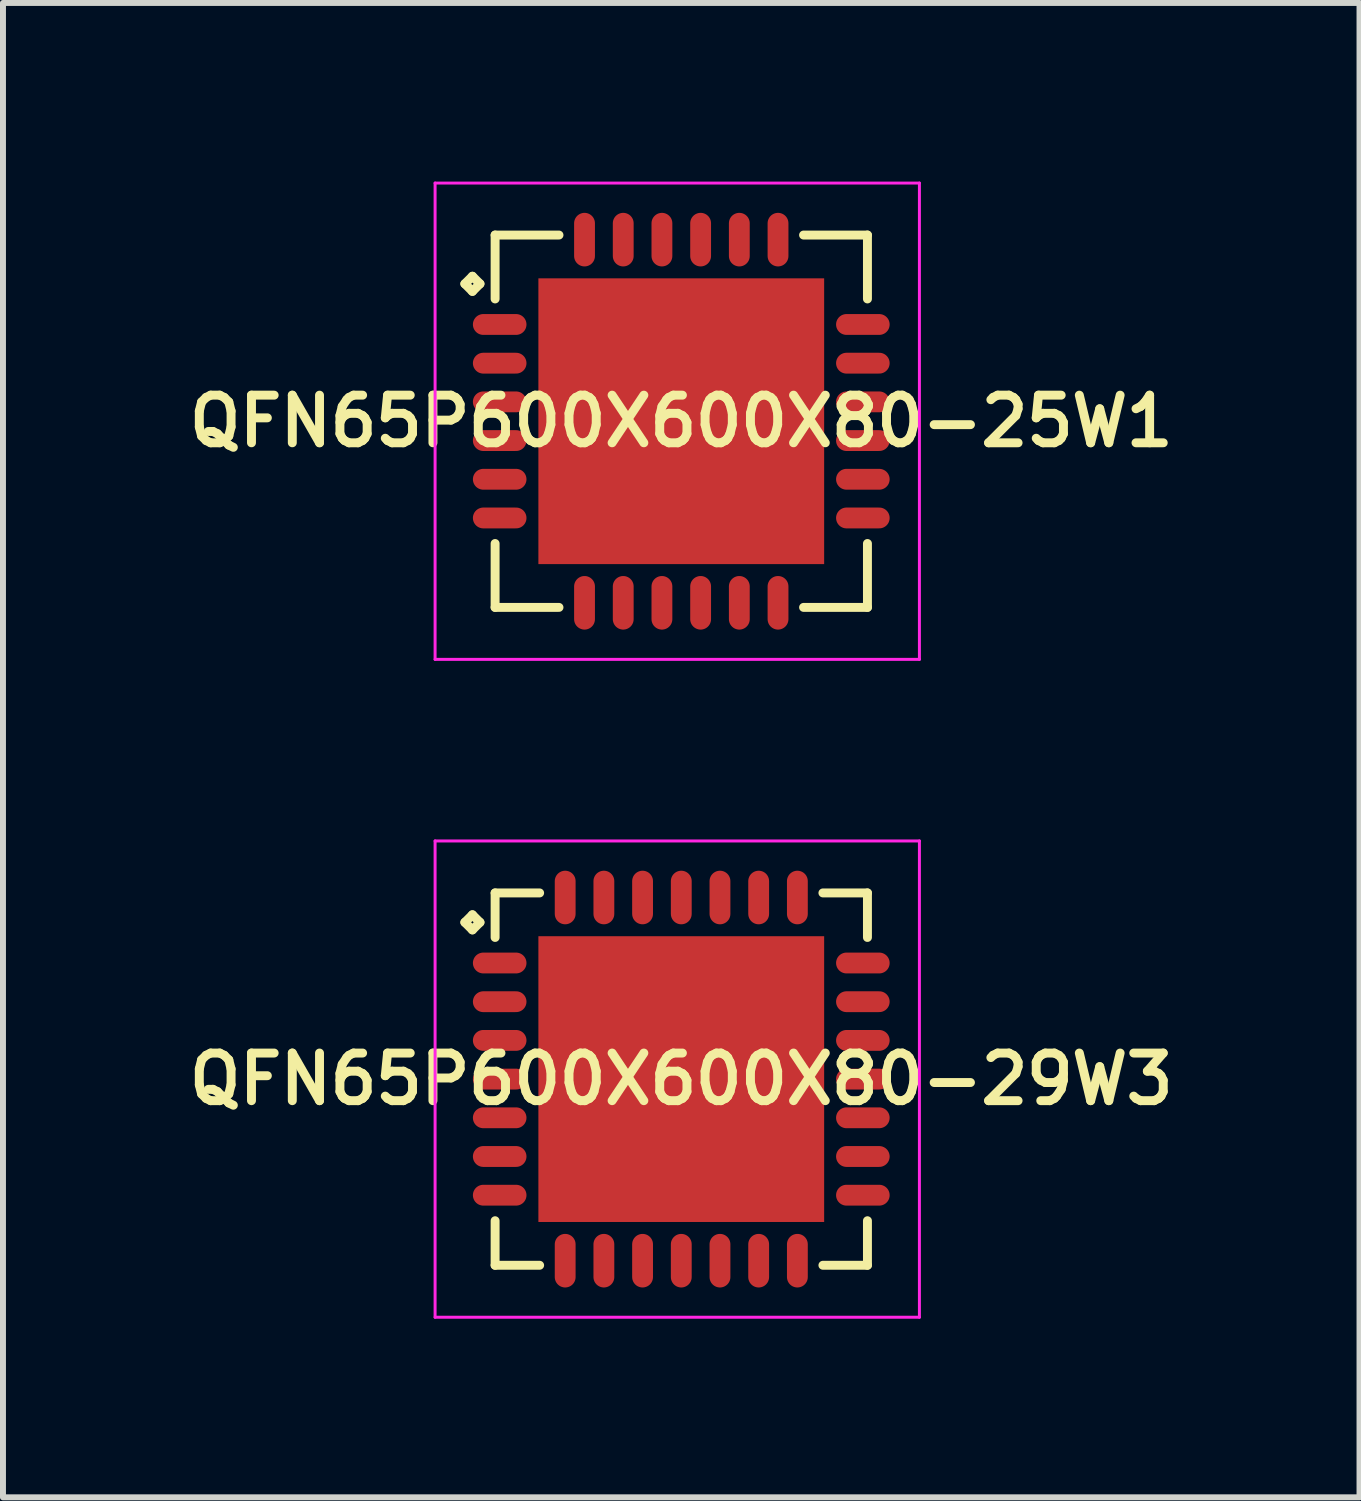
<source format=kicad_pcb>
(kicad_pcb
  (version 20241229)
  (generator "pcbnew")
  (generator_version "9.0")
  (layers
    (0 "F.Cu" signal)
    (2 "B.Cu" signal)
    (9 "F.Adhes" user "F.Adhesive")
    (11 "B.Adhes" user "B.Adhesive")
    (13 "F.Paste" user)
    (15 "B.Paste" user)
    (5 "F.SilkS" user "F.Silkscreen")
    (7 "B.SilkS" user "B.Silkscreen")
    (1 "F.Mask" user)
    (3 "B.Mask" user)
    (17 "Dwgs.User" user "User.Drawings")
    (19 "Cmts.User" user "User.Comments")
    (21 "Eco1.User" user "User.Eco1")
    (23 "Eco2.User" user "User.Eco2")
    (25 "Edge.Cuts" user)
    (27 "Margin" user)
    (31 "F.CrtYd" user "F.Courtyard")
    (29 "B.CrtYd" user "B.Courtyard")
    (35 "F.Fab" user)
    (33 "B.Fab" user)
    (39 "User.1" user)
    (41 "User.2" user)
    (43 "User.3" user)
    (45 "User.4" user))
  (footprint "QFN65P600X600X80-25W1"
    (layer "F.Cu")
    (at 8.393 4.025)
    (property "Reference" "QFN65P600X600X80-25W1" (at 0 0 0) (layer "F.SilkS") (effects (font (size 0.8 0.8) (thickness 0.15))))
    (attr smd)
    (fp_line (start -3.635 -2.308) (end -3.508 -2.435) (stroke (width 0.15) (type solid)) (layer "F.SilkS"))
    (fp_line (start -3.508 -2.435) (end -3.381 -2.308) (stroke (width 0.15) (type solid)) (layer "F.SilkS"))
    (fp_line (start -3.508 -2.181) (end -3.635 -2.308) (stroke (width 0.15) (type solid)) (layer "F.SilkS"))
    (fp_line (start -3.381 -2.308) (end -3.508 -2.181) (stroke (width 0.15) (type solid)) (layer "F.SilkS"))
    (fp_line (start -3.127 -3.127) (end -2.054 -3.127) (stroke (width 0.15) (type solid)) (layer "F.SilkS"))
    (fp_line (start -3.127 -2.054) (end -3.127 -3.127) (stroke (width 0.15) (type solid)) (layer "F.SilkS"))
    (fp_line (start -3.127 2.054) (end -3.127 3.127) (stroke (width 0.15) (type solid)) (layer "F.SilkS"))
    (fp_line (start -3.127 3.127) (end -2.054 3.127) (stroke (width 0.15) (type solid)) (layer "F.SilkS"))
    (fp_line (start 2.054 -3.127) (end 3.127 -3.127) (stroke (width 0.15) (type solid)) (layer "F.SilkS"))
    (fp_line (start 2.054 3.127) (end 3.127 3.127) (stroke (width 0.15) (type solid)) (layer "F.SilkS"))
    (fp_line (start 3.127 -3.127) (end 3.127 -2.054) (stroke (width 0.15) (type solid)) (layer "F.SilkS"))
    (fp_line (start 3.127 3.127) (end 3.127 2.054) (stroke (width 0.15) (type solid)) (layer "F.SilkS"))
    (fp_line (start -4.135 -4) (end 4 -4) (stroke (width 0.05) (type solid)) (layer "F.CrtYd"))
    (fp_line (start -4.135 4) (end -4.135 -4) (stroke (width 0.05) (type solid)) (layer "F.CrtYd"))
    (fp_line (start 4 -4) (end 4 4) (stroke (width 0.05) (type solid)) (layer "F.CrtYd"))
    (fp_line (start 4 4) (end -4.135 4) (stroke (width 0.05) (type solid)) (layer "F.CrtYd"))
    (pad "1" smd oval (at -3.05 -1.625) (size 0.9 0.35) (layers "F.Cu" "F.Mask" "F.Paste"))
    (pad "2" smd oval (at -3.05 -0.975) (size 0.9 0.35) (layers "F.Cu" "F.Mask" "F.Paste"))
    (pad "3" smd oval (at -3.05 -0.325) (size 0.9 0.35) (layers "F.Cu" "F.Mask" "F.Paste"))
    (pad "4" smd oval (at -3.05 0.325) (size 0.9 0.35) (layers "F.Cu" "F.Mask" "F.Paste"))
    (pad "5" smd oval (at -3.05 0.975) (size 0.9 0.35) (layers "F.Cu" "F.Mask" "F.Paste"))
    (pad "6" smd oval (at -3.05 1.625) (size 0.9 0.35) (layers "F.Cu" "F.Mask" "F.Paste"))
    (pad "7" smd oval (at -1.625 3.05) (size 0.35 0.9) (layers "F.Cu" "F.Mask" "F.Paste"))
    (pad "8" smd oval (at -0.975 3.05) (size 0.35 0.9) (layers "F.Cu" "F.Mask" "F.Paste"))
    (pad "9" smd oval (at -0.325 3.05) (size 0.35 0.9) (layers "F.Cu" "F.Mask" "F.Paste"))
    (pad "10" smd oval (at 0.325 3.05) (size 0.35 0.9) (layers "F.Cu" "F.Mask" "F.Paste"))
    (pad "11" smd oval (at 0.975 3.05) (size 0.35 0.9) (layers "F.Cu" "F.Mask" "F.Paste"))
    (pad "12" smd oval (at 1.625 3.05) (size 0.35 0.9) (layers "F.Cu" "F.Mask" "F.Paste"))
    (pad "13" smd oval (at 3.05 1.625) (size 0.9 0.35) (layers "F.Cu" "F.Mask" "F.Paste"))
    (pad "14" smd oval (at 3.05 0.975) (size 0.9 0.35) (layers "F.Cu" "F.Mask" "F.Paste"))
    (pad "15" smd oval (at 3.05 0.325) (size 0.9 0.35) (layers "F.Cu" "F.Mask" "F.Paste"))
    (pad "16" smd oval (at 3.05 -0.325) (size 0.9 0.35) (layers "F.Cu" "F.Mask" "F.Paste"))
    (pad "17" smd oval (at 3.05 -0.975) (size 0.9 0.35) (layers "F.Cu" "F.Mask" "F.Paste"))
    (pad "18" smd oval (at 3.05 -1.625) (size 0.9 0.35) (layers "F.Cu" "F.Mask" "F.Paste"))
    (pad "19" smd oval (at 1.625 -3.05) (size 0.35 0.9) (layers "F.Cu" "F.Mask" "F.Paste"))
    (pad "20" smd oval (at 0.975 -3.05) (size 0.35 0.9) (layers "F.Cu" "F.Mask" "F.Paste"))
    (pad "21" smd oval (at 0.325 -3.05) (size 0.35 0.9) (layers "F.Cu" "F.Mask" "F.Paste"))
    (pad "22" smd oval (at -0.325 -3.05) (size 0.35 0.9) (layers "F.Cu" "F.Mask" "F.Paste"))
    (pad "23" smd oval (at -0.975 -3.05) (size 0.35 0.9) (layers "F.Cu" "F.Mask" "F.Paste"))
    (pad "24" smd oval (at -1.625 -3.05) (size 0.35 0.9) (layers "F.Cu" "F.Mask" "F.Paste"))
    (pad "25" smd rect (at 0 0) (size 4.8 4.8) (layers "F.Cu" "F.Mask" "F.Paste")))
  (footprint "QFN65P600X600X80-29W3"
    (layer "F.Cu")
    (at 8.393 15.075)
    (property "Reference" "QFN65P600X600X80-29W3" (at 0 0 0) (layer "F.SilkS") (effects (font (size 0.8 0.8) (thickness 0.15))))
    (attr smd)
    (fp_line (start -3.635 -2.633) (end -3.508 -2.76) (stroke (width 0.15) (type solid)) (layer "F.SilkS"))
    (fp_line (start -3.508 -2.76) (end -3.381 -2.633) (stroke (width 0.15) (type solid)) (layer "F.SilkS"))
    (fp_line (start -3.508 -2.506) (end -3.635 -2.633) (stroke (width 0.15) (type solid)) (layer "F.SilkS"))
    (fp_line (start -3.381 -2.633) (end -3.508 -2.506) (stroke (width 0.15) (type solid)) (layer "F.SilkS"))
    (fp_line (start -3.127 -3.127) (end -2.379 -3.127) (stroke (width 0.15) (type solid)) (layer "F.SilkS"))
    (fp_line (start -3.127 -2.379) (end -3.127 -3.127) (stroke (width 0.15) (type solid)) (layer "F.SilkS"))
    (fp_line (start -3.127 2.379) (end -3.127 3.127) (stroke (width 0.15) (type solid)) (layer "F.SilkS"))
    (fp_line (start -3.127 3.127) (end -2.379 3.127) (stroke (width 0.15) (type solid)) (layer "F.SilkS"))
    (fp_line (start 2.379 -3.127) (end 3.127 -3.127) (stroke (width 0.15) (type solid)) (layer "F.SilkS"))
    (fp_line (start 2.379 3.127) (end 3.127 3.127) (stroke (width 0.15) (type solid)) (layer "F.SilkS"))
    (fp_line (start 3.127 -3.127) (end 3.127 -2.379) (stroke (width 0.15) (type solid)) (layer "F.SilkS"))
    (fp_line (start 3.127 3.127) (end 3.127 2.379) (stroke (width 0.15) (type solid)) (layer "F.SilkS"))
    (fp_line (start -4.135 -4) (end 4 -4) (stroke (width 0.05) (type solid)) (layer "F.CrtYd"))
    (fp_line (start -4.135 4) (end -4.135 -4) (stroke (width 0.05) (type solid)) (layer "F.CrtYd"))
    (fp_line (start 4 -4) (end 4 4) (stroke (width 0.05) (type solid)) (layer "F.CrtYd"))
    (fp_line (start 4 4) (end -4.135 4) (stroke (width 0.05) (type solid)) (layer "F.CrtYd"))
    (pad "1" smd oval (at -3.05 -1.95) (size 0.9 0.35) (layers "F.Cu" "F.Mask" "F.Paste"))
    (pad "2" smd oval (at -3.05 -1.3) (size 0.9 0.35) (layers "F.Cu" "F.Mask" "F.Paste"))
    (pad "3" smd oval (at -3.05 -0.65) (size 0.9 0.35) (layers "F.Cu" "F.Mask" "F.Paste"))
    (pad "4" smd oval (at -3.05 0) (size 0.9 0.35) (layers "F.Cu" "F.Mask" "F.Paste"))
    (pad "5" smd oval (at -3.05 0.65) (size 0.9 0.35) (layers "F.Cu" "F.Mask" "F.Paste"))
    (pad "6" smd oval (at -3.05 1.3) (size 0.9 0.35) (layers "F.Cu" "F.Mask" "F.Paste"))
    (pad "7" smd oval (at -3.05 1.95) (size 0.9 0.35) (layers "F.Cu" "F.Mask" "F.Paste"))
    (pad "8" smd oval (at -1.95 3.05) (size 0.35 0.9) (layers "F.Cu" "F.Mask" "F.Paste"))
    (pad "9" smd oval (at -1.3 3.05) (size 0.35 0.9) (layers "F.Cu" "F.Mask" "F.Paste"))
    (pad "10" smd oval (at -0.65 3.05) (size 0.35 0.9) (layers "F.Cu" "F.Mask" "F.Paste"))
    (pad "11" smd oval (at 0 3.05) (size 0.35 0.9) (layers "F.Cu" "F.Mask" "F.Paste"))
    (pad "12" smd oval (at 0.65 3.05) (size 0.35 0.9) (layers "F.Cu" "F.Mask" "F.Paste"))
    (pad "13" smd oval (at 1.3 3.05) (size 0.35 0.9) (layers "F.Cu" "F.Mask" "F.Paste"))
    (pad "14" smd oval (at 1.95 3.05) (size 0.35 0.9) (layers "F.Cu" "F.Mask" "F.Paste"))
    (pad "15" smd oval (at 3.05 1.95) (size 0.9 0.35) (layers "F.Cu" "F.Mask" "F.Paste"))
    (pad "16" smd oval (at 3.05 1.3) (size 0.9 0.35) (layers "F.Cu" "F.Mask" "F.Paste"))
    (pad "17" smd oval (at 3.05 0.65) (size 0.9 0.35) (layers "F.Cu" "F.Mask" "F.Paste"))
    (pad "18" smd oval (at 3.05 0) (size 0.9 0.35) (layers "F.Cu" "F.Mask" "F.Paste"))
    (pad "19" smd oval (at 3.05 -0.65) (size 0.9 0.35) (layers "F.Cu" "F.Mask" "F.Paste"))
    (pad "20" smd oval (at 3.05 -1.3) (size 0.9 0.35) (layers "F.Cu" "F.Mask" "F.Paste"))
    (pad "21" smd oval (at 3.05 -1.95) (size 0.9 0.35) (layers "F.Cu" "F.Mask" "F.Paste"))
    (pad "22" smd oval (at 1.95 -3.05) (size 0.35 0.9) (layers "F.Cu" "F.Mask" "F.Paste"))
    (pad "23" smd oval (at 1.3 -3.05) (size 0.35 0.9) (layers "F.Cu" "F.Mask" "F.Paste"))
    (pad "24" smd oval (at 0.65 -3.05) (size 0.35 0.9) (layers "F.Cu" "F.Mask" "F.Paste"))
    (pad "25" smd oval (at 0 -3.05) (size 0.35 0.9) (layers "F.Cu" "F.Mask" "F.Paste"))
    (pad "26" smd oval (at -0.65 -3.05) (size 0.35 0.9) (layers "F.Cu" "F.Mask" "F.Paste"))
    (pad "27" smd oval (at -1.3 -3.05) (size 0.35 0.9) (layers "F.Cu" "F.Mask" "F.Paste"))
    (pad "28" smd oval (at -1.95 -3.05) (size 0.35 0.9) (layers "F.Cu" "F.Mask" "F.Paste"))
    (pad "29" smd rect (at 0 0) (size 4.8 4.8) (layers "F.Cu" "F.Mask" "F.Paste")))
  (gr_rect
    (start -3 -3)
    (end 19.785 22.1)
    (stroke (width 0.1) (type default))
    (fill no)
    (layer "Edge.Cuts")))
</source>
